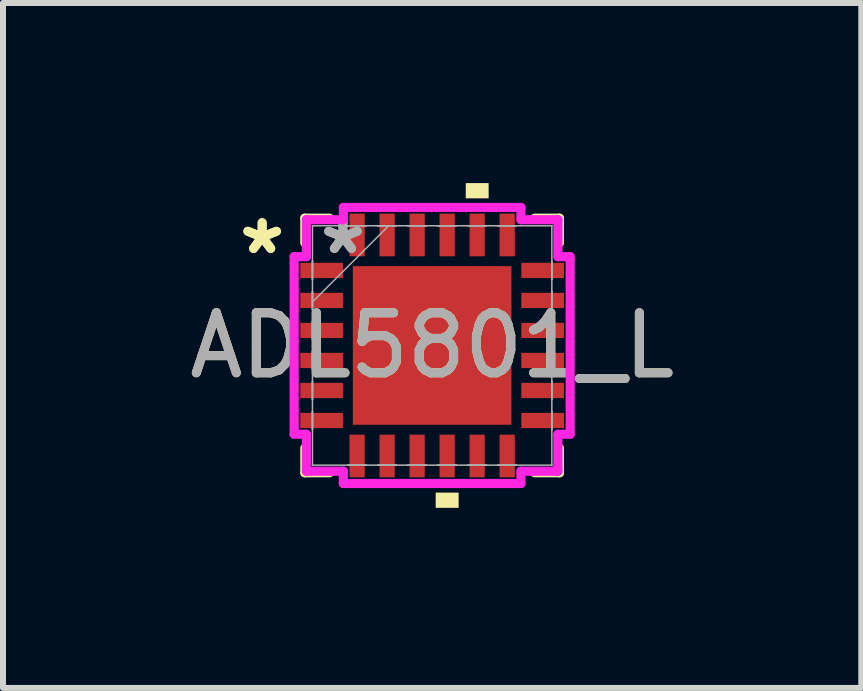
<source format=kicad_pcb>
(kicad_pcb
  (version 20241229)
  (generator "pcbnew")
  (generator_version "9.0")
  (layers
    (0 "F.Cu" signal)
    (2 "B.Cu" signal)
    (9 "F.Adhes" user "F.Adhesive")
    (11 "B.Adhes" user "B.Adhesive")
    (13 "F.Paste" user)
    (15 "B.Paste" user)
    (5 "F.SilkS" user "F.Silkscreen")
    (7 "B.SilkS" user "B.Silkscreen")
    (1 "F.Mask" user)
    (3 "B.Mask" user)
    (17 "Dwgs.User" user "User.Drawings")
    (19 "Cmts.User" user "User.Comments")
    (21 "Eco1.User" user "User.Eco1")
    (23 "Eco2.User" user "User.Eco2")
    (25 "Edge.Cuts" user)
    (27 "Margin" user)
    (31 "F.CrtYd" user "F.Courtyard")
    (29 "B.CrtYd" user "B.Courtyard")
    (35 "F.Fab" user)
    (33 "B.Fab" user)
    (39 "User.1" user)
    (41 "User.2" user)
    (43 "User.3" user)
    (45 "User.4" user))
  (footprint "ADL5801_L"
    (layer "F.Cu")
    (at 4.149 2.705)
    (property "Reference" "ADL5801_L" (at 0 0 0) (unlocked yes) (layer "F.SilkS") (effects (font (size 1 1) (thickness 0.15))))
    (attr smd)
    (fp_line (start -2.121 -2.121) (end -2.121 -1.71) (stroke (width 0.152) (type solid)) (layer "F.SilkS"))
    (fp_line (start -2.121 1.71) (end -2.121 2.121) (stroke (width 0.152) (type solid)) (layer "F.SilkS"))
    (fp_line (start -2.121 2.121) (end -1.71 2.121) (stroke (width 0.152) (type solid)) (layer "F.SilkS"))
    (fp_line (start -1.71 -2.121) (end -2.121 -2.121) (stroke (width 0.152) (type solid)) (layer "F.SilkS"))
    (fp_line (start 1.71 2.121) (end 2.121 2.121) (stroke (width 0.152) (type solid)) (layer "F.SilkS"))
    (fp_line (start 2.121 -2.121) (end 1.71 -2.121) (stroke (width 0.152) (type solid)) (layer "F.SilkS"))
    (fp_line (start 2.121 -1.71) (end 2.121 -2.121) (stroke (width 0.152) (type solid)) (layer "F.SilkS"))
    (fp_line (start 2.121 2.121) (end 2.121 1.71) (stroke (width 0.152) (type solid)) (layer "F.SilkS"))
    (fp_poly (pts (xy 0.059 2.451) (xy 0.059 2.705) (xy 0.441 2.705) (xy 0.441 2.451)) (stroke (width 0) (type solid)) (fill yes) (layer "F.SilkS"))
    (fp_poly (pts (xy 0.56 -2.451) (xy 0.56 -2.705) (xy 0.941 -2.705) (xy 0.941 -2.451)) (stroke (width 0) (type solid)) (fill yes) (layer "F.SilkS"))
    (fp_poly (pts (xy -1.221 -1.221) (xy -1.221 -0.1) (xy -0.1 -0.1) (xy -0.1 -1.221)) (stroke (width 0) (type solid)) (fill yes) (layer "F.Paste"))
    (fp_poly (pts (xy -1.221 0.1) (xy -1.221 1.221) (xy -0.1 1.221) (xy -0.1 0.1)) (stroke (width 0) (type solid)) (fill yes) (layer "F.Paste"))
    (fp_poly (pts (xy 0.1 -1.221) (xy 0.1 -0.1) (xy 1.221 -0.1) (xy 1.221 -1.221)) (stroke (width 0) (type solid)) (fill yes) (layer "F.Paste"))
    (fp_poly (pts (xy 0.1 0.1) (xy 0.1 1.221) (xy 1.221 1.221) (xy 1.221 0.1)) (stroke (width 0) (type solid)) (fill yes) (layer "F.Paste"))
    (fp_line (start -2.299 -1.479) (end -2.095 -1.479) (stroke (width 0.152) (type solid)) (layer "F.CrtYd"))
    (fp_line (start -2.299 1.479) (end -2.299 -1.479) (stroke (width 0.152) (type solid)) (layer "F.CrtYd"))
    (fp_line (start -2.095 -2.095) (end -1.479 -2.095) (stroke (width 0.152) (type solid)) (layer "F.CrtYd"))
    (fp_line (start -2.095 -1.479) (end -2.095 -2.095) (stroke (width 0.152) (type solid)) (layer "F.CrtYd"))
    (fp_line (start -2.095 1.479) (end -2.299 1.479) (stroke (width 0.152) (type solid)) (layer "F.CrtYd"))
    (fp_line (start -2.095 2.095) (end -2.095 1.479) (stroke (width 0.152) (type solid)) (layer "F.CrtYd"))
    (fp_line (start -1.479 -2.299) (end 1.479 -2.299) (stroke (width 0.152) (type solid)) (layer "F.CrtYd"))
    (fp_line (start -1.479 -2.095) (end -1.479 -2.299) (stroke (width 0.152) (type solid)) (layer "F.CrtYd"))
    (fp_line (start -1.479 2.095) (end -2.095 2.095) (stroke (width 0.152) (type solid)) (layer "F.CrtYd"))
    (fp_line (start -1.479 2.299) (end -1.479 2.095) (stroke (width 0.152) (type solid)) (layer "F.CrtYd"))
    (fp_line (start 1.479 -2.299) (end 1.479 -2.095) (stroke (width 0.152) (type solid)) (layer "F.CrtYd"))
    (fp_line (start 1.479 -2.095) (end 2.095 -2.095) (stroke (width 0.152) (type solid)) (layer "F.CrtYd"))
    (fp_line (start 1.479 2.095) (end 1.479 2.299) (stroke (width 0.152) (type solid)) (layer "F.CrtYd"))
    (fp_line (start 1.479 2.299) (end -1.479 2.299) (stroke (width 0.152) (type solid)) (layer "F.CrtYd"))
    (fp_line (start 2.095 -2.095) (end 2.095 -1.479) (stroke (width 0.152) (type solid)) (layer "F.CrtYd"))
    (fp_line (start 2.095 -1.479) (end 2.299 -1.479) (stroke (width 0.152) (type solid)) (layer "F.CrtYd"))
    (fp_line (start 2.095 1.479) (end 2.095 2.095) (stroke (width 0.152) (type solid)) (layer "F.CrtYd"))
    (fp_line (start 2.095 2.095) (end 1.479 2.095) (stroke (width 0.152) (type solid)) (layer "F.CrtYd"))
    (fp_line (start 2.299 -1.479) (end 2.299 1.479) (stroke (width 0.152) (type solid)) (layer "F.CrtYd"))
    (fp_line (start 2.299 1.479) (end 2.095 1.479) (stroke (width 0.152) (type solid)) (layer "F.CrtYd"))
    (fp_line (start -1.994 -1.994) (end -1.994 -1.994) (stroke (width 0.025) (type solid)) (layer "F.Fab"))
    (fp_line (start -1.994 -1.994) (end -1.994 1.994) (stroke (width 0.025) (type solid)) (layer "F.Fab"))
    (fp_line (start -1.994 -1.402) (end -1.994 -1.402) (stroke (width 0.025) (type solid)) (layer "F.Fab"))
    (fp_line (start -1.994 -1.402) (end -1.994 -1.098) (stroke (width 0.025) (type solid)) (layer "F.Fab"))
    (fp_line (start -1.994 -1.098) (end -1.994 -1.402) (stroke (width 0.025) (type solid)) (layer "F.Fab"))
    (fp_line (start -1.994 -1.098) (end -1.994 -1.098) (stroke (width 0.025) (type solid)) (layer "F.Fab"))
    (fp_line (start -1.994 -0.902) (end -1.994 -0.902) (stroke (width 0.025) (type solid)) (layer "F.Fab"))
    (fp_line (start -1.994 -0.902) (end -1.994 -0.598) (stroke (width 0.025) (type solid)) (layer "F.Fab"))
    (fp_line (start -1.994 -0.724) (end -0.724 -1.994) (stroke (width 0.025) (type solid)) (layer "F.Fab"))
    (fp_line (start -1.994 -0.598) (end -1.994 -0.902) (stroke (width 0.025) (type solid)) (layer "F.Fab"))
    (fp_line (start -1.994 -0.598) (end -1.994 -0.598) (stroke (width 0.025) (type solid)) (layer "F.Fab"))
    (fp_line (start -1.994 -0.402) (end -1.994 -0.402) (stroke (width 0.025) (type solid)) (layer "F.Fab"))
    (fp_line (start -1.994 -0.402) (end -1.994 -0.098) (stroke (width 0.025) (type solid)) (layer "F.Fab"))
    (fp_line (start -1.994 -0.098) (end -1.994 -0.402) (stroke (width 0.025) (type solid)) (layer "F.Fab"))
    (fp_line (start -1.994 -0.098) (end -1.994 -0.098) (stroke (width 0.025) (type solid)) (layer "F.Fab"))
    (fp_line (start -1.994 0.098) (end -1.994 0.098) (stroke (width 0.025) (type solid)) (layer "F.Fab"))
    (fp_line (start -1.994 0.098) (end -1.994 0.402) (stroke (width 0.025) (type solid)) (layer "F.Fab"))
    (fp_line (start -1.994 0.402) (end -1.994 0.098) (stroke (width 0.025) (type solid)) (layer "F.Fab"))
    (fp_line (start -1.994 0.402) (end -1.994 0.402) (stroke (width 0.025) (type solid)) (layer "F.Fab"))
    (fp_line (start -1.994 0.598) (end -1.994 0.598) (stroke (width 0.025) (type solid)) (layer "F.Fab"))
    (fp_line (start -1.994 0.598) (end -1.994 0.902) (stroke (width 0.025) (type solid)) (layer "F.Fab"))
    (fp_line (start -1.994 0.902) (end -1.994 0.598) (stroke (width 0.025) (type solid)) (layer "F.Fab"))
    (fp_line (start -1.994 0.902) (end -1.994 0.902) (stroke (width 0.025) (type solid)) (layer "F.Fab"))
    (fp_line (start -1.994 1.098) (end -1.994 1.098) (stroke (width 0.025) (type solid)) (layer "F.Fab"))
    (fp_line (start -1.994 1.098) (end -1.994 1.402) (stroke (width 0.025) (type solid)) (layer "F.Fab"))
    (fp_line (start -1.994 1.402) (end -1.994 1.098) (stroke (width 0.025) (type solid)) (layer "F.Fab"))
    (fp_line (start -1.994 1.402) (end -1.994 1.402) (stroke (width 0.025) (type solid)) (layer "F.Fab"))
    (fp_line (start -1.994 1.994) (end -1.994 1.994) (stroke (width 0.025) (type solid)) (layer "F.Fab"))
    (fp_line (start -1.994 1.994) (end 1.994 1.994) (stroke (width 0.025) (type solid)) (layer "F.Fab"))
    (fp_line (start -1.402 -1.994) (end -1.402 -1.994) (stroke (width 0.025) (type solid)) (layer "F.Fab"))
    (fp_line (start -1.402 -1.994) (end -1.098 -1.994) (stroke (width 0.025) (type solid)) (layer "F.Fab"))
    (fp_line (start -1.402 1.994) (end -1.402 1.994) (stroke (width 0.025) (type solid)) (layer "F.Fab"))
    (fp_line (start -1.402 1.994) (end -1.098 1.994) (stroke (width 0.025) (type solid)) (layer "F.Fab"))
    (fp_line (start -1.098 -1.994) (end -1.402 -1.994) (stroke (width 0.025) (type solid)) (layer "F.Fab"))
    (fp_line (start -1.098 -1.994) (end -1.098 -1.994) (stroke (width 0.025) (type solid)) (layer "F.Fab"))
    (fp_line (start -1.098 1.994) (end -1.402 1.994) (stroke (width 0.025) (type solid)) (layer "F.Fab"))
    (fp_line (start -1.098 1.994) (end -1.098 1.994) (stroke (width 0.025) (type solid)) (layer "F.Fab"))
    (fp_line (start -0.902 -1.994) (end -0.902 -1.994) (stroke (width 0.025) (type solid)) (layer "F.Fab"))
    (fp_line (start -0.902 -1.994) (end -0.598 -1.994) (stroke (width 0.025) (type solid)) (layer "F.Fab"))
    (fp_line (start -0.902 1.994) (end -0.902 1.994) (stroke (width 0.025) (type solid)) (layer "F.Fab"))
    (fp_line (start -0.902 1.994) (end -0.598 1.994) (stroke (width 0.025) (type solid)) (layer "F.Fab"))
    (fp_line (start -0.598 -1.994) (end -0.902 -1.994) (stroke (width 0.025) (type solid)) (layer "F.Fab"))
    (fp_line (start -0.598 -1.994) (end -0.598 -1.994) (stroke (width 0.025) (type solid)) (layer "F.Fab"))
    (fp_line (start -0.598 1.994) (end -0.902 1.994) (stroke (width 0.025) (type solid)) (layer "F.Fab"))
    (fp_line (start -0.598 1.994) (end -0.598 1.994) (stroke (width 0.025) (type solid)) (layer "F.Fab"))
    (fp_line (start -0.402 -1.994) (end -0.402 -1.994) (stroke (width 0.025) (type solid)) (layer "F.Fab"))
    (fp_line (start -0.402 -1.994) (end -0.098 -1.994) (stroke (width 0.025) (type solid)) (layer "F.Fab"))
    (fp_line (start -0.402 1.994) (end -0.402 1.994) (stroke (width 0.025) (type solid)) (layer "F.Fab"))
    (fp_line (start -0.402 1.994) (end -0.098 1.994) (stroke (width 0.025) (type solid)) (layer "F.Fab"))
    (fp_line (start -0.098 -1.994) (end -0.402 -1.994) (stroke (width 0.025) (type solid)) (layer "F.Fab"))
    (fp_line (start -0.098 -1.994) (end -0.098 -1.994) (stroke (width 0.025) (type solid)) (layer "F.Fab"))
    (fp_line (start -0.098 1.994) (end -0.402 1.994) (stroke (width 0.025) (type solid)) (layer "F.Fab"))
    (fp_line (start -0.098 1.994) (end -0.098 1.994) (stroke (width 0.025) (type solid)) (layer "F.Fab"))
    (fp_line (start 0.098 -1.994) (end 0.098 -1.994) (stroke (width 0.025) (type solid)) (layer "F.Fab"))
    (fp_line (start 0.098 -1.994) (end 0.402 -1.994) (stroke (width 0.025) (type solid)) (layer "F.Fab"))
    (fp_line (start 0.098 1.994) (end 0.098 1.994) (stroke (width 0.025) (type solid)) (layer "F.Fab"))
    (fp_line (start 0.098 1.994) (end 0.402 1.994) (stroke (width 0.025) (type solid)) (layer "F.Fab"))
    (fp_line (start 0.402 -1.994) (end 0.098 -1.994) (stroke (width 0.025) (type solid)) (layer "F.Fab"))
    (fp_line (start 0.402 -1.994) (end 0.402 -1.994) (stroke (width 0.025) (type solid)) (layer "F.Fab"))
    (fp_line (start 0.402 1.994) (end 0.098 1.994) (stroke (width 0.025) (type solid)) (layer "F.Fab"))
    (fp_line (start 0.402 1.994) (end 0.402 1.994) (stroke (width 0.025) (type solid)) (layer "F.Fab"))
    (fp_line (start 0.598 -1.994) (end 0.598 -1.994) (stroke (width 0.025) (type solid)) (layer "F.Fab"))
    (fp_line (start 0.598 -1.994) (end 0.902 -1.994) (stroke (width 0.025) (type solid)) (layer "F.Fab"))
    (fp_line (start 0.598 1.994) (end 0.598 1.994) (stroke (width 0.025) (type solid)) (layer "F.Fab"))
    (fp_line (start 0.598 1.994) (end 0.902 1.994) (stroke (width 0.025) (type solid)) (layer "F.Fab"))
    (fp_line (start 0.902 -1.994) (end 0.598 -1.994) (stroke (width 0.025) (type solid)) (layer "F.Fab"))
    (fp_line (start 0.902 -1.994) (end 0.902 -1.994) (stroke (width 0.025) (type solid)) (layer "F.Fab"))
    (fp_line (start 0.902 1.994) (end 0.598 1.994) (stroke (width 0.025) (type solid)) (layer "F.Fab"))
    (fp_line (start 0.902 1.994) (end 0.902 1.994) (stroke (width 0.025) (type solid)) (layer "F.Fab"))
    (fp_line (start 1.098 -1.994) (end 1.098 -1.994) (stroke (width 0.025) (type solid)) (layer "F.Fab"))
    (fp_line (start 1.098 -1.994) (end 1.402 -1.994) (stroke (width 0.025) (type solid)) (layer "F.Fab"))
    (fp_line (start 1.098 1.994) (end 1.098 1.994) (stroke (width 0.025) (type solid)) (layer "F.Fab"))
    (fp_line (start 1.098 1.994) (end 1.402 1.994) (stroke (width 0.025) (type solid)) (layer "F.Fab"))
    (fp_line (start 1.402 -1.994) (end 1.098 -1.994) (stroke (width 0.025) (type solid)) (layer "F.Fab"))
    (fp_line (start 1.402 -1.994) (end 1.402 -1.994) (stroke (width 0.025) (type solid)) (layer "F.Fab"))
    (fp_line (start 1.402 1.994) (end 1.098 1.994) (stroke (width 0.025) (type solid)) (layer "F.Fab"))
    (fp_line (start 1.402 1.994) (end 1.402 1.994) (stroke (width 0.025) (type solid)) (layer "F.Fab"))
    (fp_line (start 1.994 -1.994) (end -1.994 -1.994) (stroke (width 0.025) (type solid)) (layer "F.Fab"))
    (fp_line (start 1.994 -1.994) (end 1.994 -1.994) (stroke (width 0.025) (type solid)) (layer "F.Fab"))
    (fp_line (start 1.994 -1.402) (end 1.994 -1.402) (stroke (width 0.025) (type solid)) (layer "F.Fab"))
    (fp_line (start 1.994 -1.402) (end 1.994 -1.098) (stroke (width 0.025) (type solid)) (layer "F.Fab"))
    (fp_line (start 1.994 -1.098) (end 1.994 -1.402) (stroke (width 0.025) (type solid)) (layer "F.Fab"))
    (fp_line (start 1.994 -1.098) (end 1.994 -1.098) (stroke (width 0.025) (type solid)) (layer "F.Fab"))
    (fp_line (start 1.994 -0.902) (end 1.994 -0.902) (stroke (width 0.025) (type solid)) (layer "F.Fab"))
    (fp_line (start 1.994 -0.902) (end 1.994 -0.598) (stroke (width 0.025) (type solid)) (layer "F.Fab"))
    (fp_line (start 1.994 -0.598) (end 1.994 -0.902) (stroke (width 0.025) (type solid)) (layer "F.Fab"))
    (fp_line (start 1.994 -0.598) (end 1.994 -0.598) (stroke (width 0.025) (type solid)) (layer "F.Fab"))
    (fp_line (start 1.994 -0.402) (end 1.994 -0.402) (stroke (width 0.025) (type solid)) (layer "F.Fab"))
    (fp_line (start 1.994 -0.402) (end 1.994 -0.098) (stroke (width 0.025) (type solid)) (layer "F.Fab"))
    (fp_line (start 1.994 -0.098) (end 1.994 -0.402) (stroke (width 0.025) (type solid)) (layer "F.Fab"))
    (fp_line (start 1.994 -0.098) (end 1.994 -0.098) (stroke (width 0.025) (type solid)) (layer "F.Fab"))
    (fp_line (start 1.994 0.098) (end 1.994 0.098) (stroke (width 0.025) (type solid)) (layer "F.Fab"))
    (fp_line (start 1.994 0.098) (end 1.994 0.402) (stroke (width 0.025) (type solid)) (layer "F.Fab"))
    (fp_line (start 1.994 0.402) (end 1.994 0.098) (stroke (width 0.025) (type solid)) (layer "F.Fab"))
    (fp_line (start 1.994 0.402) (end 1.994 0.402) (stroke (width 0.025) (type solid)) (layer "F.Fab"))
    (fp_line (start 1.994 0.598) (end 1.994 0.598) (stroke (width 0.025) (type solid)) (layer "F.Fab"))
    (fp_line (start 1.994 0.598) (end 1.994 0.902) (stroke (width 0.025) (type solid)) (layer "F.Fab"))
    (fp_line (start 1.994 0.902) (end 1.994 0.598) (stroke (width 0.025) (type solid)) (layer "F.Fab"))
    (fp_line (start 1.994 0.902) (end 1.994 0.902) (stroke (width 0.025) (type solid)) (layer "F.Fab"))
    (fp_line (start 1.994 1.098) (end 1.994 1.098) (stroke (width 0.025) (type solid)) (layer "F.Fab"))
    (fp_line (start 1.994 1.098) (end 1.994 1.402) (stroke (width 0.025) (type solid)) (layer "F.Fab"))
    (fp_line (start 1.994 1.402) (end 1.994 1.098) (stroke (width 0.025) (type solid)) (layer "F.Fab"))
    (fp_line (start 1.994 1.402) (end 1.994 1.402) (stroke (width 0.025) (type solid)) (layer "F.Fab"))
    (fp_line (start 1.994 1.994) (end 1.994 -1.994) (stroke (width 0.025) (type solid)) (layer "F.Fab"))
    (fp_line (start 1.994 1.994) (end 1.994 1.994) (stroke (width 0.025) (type solid)) (layer "F.Fab"))
    (fp_text user "*" (at -2.832 -1.5 0) (unlocked yes) (layer "F.SilkS") (effects (font (size 1 1) (thickness 0.15))))
    (fp_text user "*" (at -2.832 -1.5 0) (layer "F.SilkS") (effects (font (size 1 1) (thickness 0.15))))
    (fp_text user "${REFERENCE}" (at 0 0 0) (unlocked yes) (layer "F.Fab") (effects (font (size 1 1) (thickness 0.15))))
    (fp_text user "*" (at -1.486 -1.5 0) (unlocked yes) (layer "F.Fab") (effects (font (size 1 1) (thickness 0.15))))
    (fp_text user "*" (at -1.486 -1.5 0) (layer "F.Fab") (effects (font (size 1 1) (thickness 0.15))))
    (pad "1" smd rect (at -1.841 -1.25 90) (size 0.254 0.711) (layers "F.Cu" "F.Mask" "F.Paste"))
    (pad "2" smd rect (at -1.841 -0.75 90) (size 0.254 0.711) (layers "F.Cu" "F.Mask" "F.Paste"))
    (pad "3" smd rect (at -1.841 -0.25 90) (size 0.254 0.711) (layers "F.Cu" "F.Mask" "F.Paste"))
    (pad "4" smd rect (at -1.841 0.25 90) (size 0.254 0.711) (layers "F.Cu" "F.Mask" "F.Paste"))
    (pad "5" smd rect (at -1.841 0.75 90) (size 0.254 0.711) (layers "F.Cu" "F.Mask" "F.Paste"))
    (pad "6" smd rect (at -1.841 1.25 90) (size 0.254 0.711) (layers "F.Cu" "F.Mask" "F.Paste"))
    (pad "7" smd rect (at -1.25 1.841) (size 0.254 0.711) (layers "F.Cu" "F.Mask" "F.Paste"))
    (pad "8" smd rect (at -0.75 1.841) (size 0.254 0.711) (layers "F.Cu" "F.Mask" "F.Paste"))
    (pad "9" smd rect (at -0.25 1.841) (size 0.254 0.711) (layers "F.Cu" "F.Mask" "F.Paste"))
    (pad "10" smd rect (at 0.25 1.841) (size 0.254 0.711) (layers "F.Cu" "F.Mask" "F.Paste"))
    (pad "11" smd rect (at 0.75 1.841) (size 0.254 0.711) (layers "F.Cu" "F.Mask" "F.Paste"))
    (pad "12" smd rect (at 1.25 1.841) (size 0.254 0.711) (layers "F.Cu" "F.Mask" "F.Paste"))
    (pad "13" smd rect (at 1.841 1.25 90) (size 0.254 0.711) (layers "F.Cu" "F.Mask" "F.Paste"))
    (pad "14" smd rect (at 1.841 0.75 90) (size 0.254 0.711) (layers "F.Cu" "F.Mask" "F.Paste"))
    (pad "15" smd rect (at 1.841 0.25 90) (size 0.254 0.711) (layers "F.Cu" "F.Mask" "F.Paste"))
    (pad "16" smd rect (at 1.841 -0.25 90) (size 0.254 0.711) (layers "F.Cu" "F.Mask" "F.Paste"))
    (pad "17" smd rect (at 1.841 -0.75 90) (size 0.254 0.711) (layers "F.Cu" "F.Mask" "F.Paste"))
    (pad "18" smd rect (at 1.841 -1.25 90) (size 0.254 0.711) (layers "F.Cu" "F.Mask" "F.Paste"))
    (pad "19" smd rect (at 1.25 -1.841) (size 0.254 0.711) (layers "F.Cu" "F.Mask" "F.Paste"))
    (pad "20" smd rect (at 0.75 -1.841) (size 0.254 0.711) (layers "F.Cu" "F.Mask" "F.Paste"))
    (pad "21" smd rect (at 0.25 -1.841) (size 0.254 0.711) (layers "F.Cu" "F.Mask" "F.Paste"))
    (pad "22" smd rect (at -0.25 -1.841) (size 0.254 0.711) (layers "F.Cu" "F.Mask" "F.Paste"))
    (pad "23" smd rect (at -0.75 -1.841) (size 0.254 0.711) (layers "F.Cu" "F.Mask" "F.Paste"))
    (pad "24" smd rect (at -1.25 -1.841) (size 0.254 0.711) (layers "F.Cu" "F.Mask" "F.Paste"))
    (pad "25" smd rect (at 0 0) (size 2.642 2.642) (layers "F.Cu" "F.Mask" "F.Paste")))
  (gr_rect
    (start -3 -3)
    (end 11.298 8.41)
    (stroke (width 0.1) (type default))
    (fill no)
    (layer "Edge.Cuts")))
</source>
